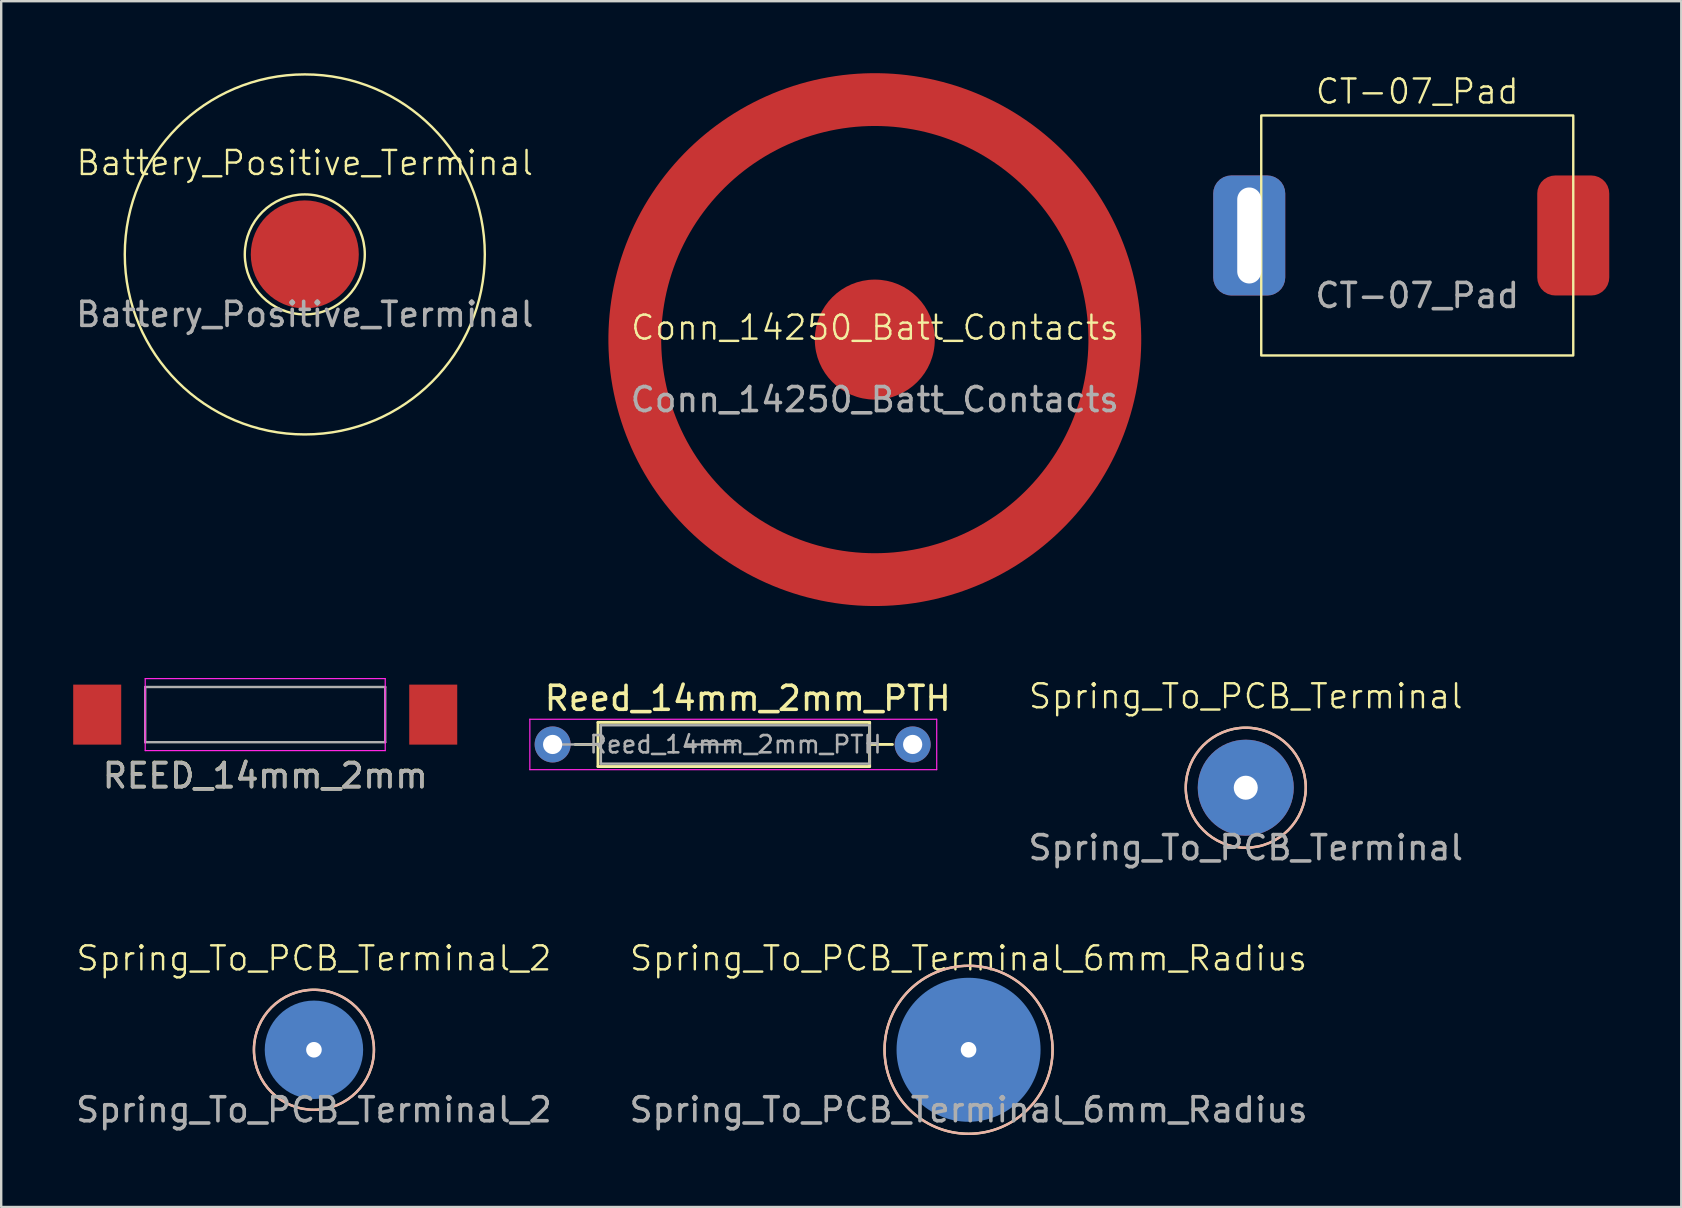
<source format=kicad_pcb>
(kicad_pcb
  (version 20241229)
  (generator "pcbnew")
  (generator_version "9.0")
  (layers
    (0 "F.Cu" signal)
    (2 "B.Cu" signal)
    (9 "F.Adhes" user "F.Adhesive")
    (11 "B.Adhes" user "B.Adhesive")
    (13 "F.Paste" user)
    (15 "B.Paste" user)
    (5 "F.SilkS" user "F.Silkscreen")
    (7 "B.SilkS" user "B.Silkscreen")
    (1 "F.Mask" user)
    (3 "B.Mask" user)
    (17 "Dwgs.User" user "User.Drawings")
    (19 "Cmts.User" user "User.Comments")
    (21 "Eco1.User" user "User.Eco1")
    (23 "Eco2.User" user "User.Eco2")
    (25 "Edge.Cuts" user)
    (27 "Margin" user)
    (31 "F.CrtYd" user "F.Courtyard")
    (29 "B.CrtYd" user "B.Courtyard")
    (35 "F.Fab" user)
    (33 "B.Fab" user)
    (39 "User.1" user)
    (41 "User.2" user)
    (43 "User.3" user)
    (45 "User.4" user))
  (footprint "Reed_14mm_2mm_PTH"
    (layer "F.Cu")
    (at 19.975 27.967)
    (property "Reference" "Reed_14mm_2mm_PTH" (at 8.128 -1.92 0) (layer "F.SilkS") (effects (font (size 1 1) (thickness 0.15))))
    (attr through_hole)
    (fp_line (start 0.94 0) (end 1.89 0) (stroke (width 0.12) (type solid)) (layer "F.SilkS"))
    (fp_line (start 1.89 -0.92) (end 1.89 0.92) (stroke (width 0.12) (type solid)) (layer "F.SilkS"))
    (fp_line (start 1.89 0.92) (end 13.208 0.92) (stroke (width 0.12) (type solid)) (layer "F.SilkS"))
    (fp_line (start 13.208 -0.92) (end 1.89 -0.92) (stroke (width 0.12) (type solid)) (layer "F.SilkS"))
    (fp_line (start 13.208 0.92) (end 13.208 -0.92) (stroke (width 0.12) (type solid)) (layer "F.SilkS"))
    (fp_line (start 14.158 0) (end 13.208 0) (stroke (width 0.12) (type solid)) (layer "F.SilkS"))
    (fp_line (start -0.95 -1.05) (end -0.95 1.05) (stroke (width 0.05) (type solid)) (layer "F.CrtYd"))
    (fp_line (start -0.95 1.05) (end 16.002 1.05) (stroke (width 0.05) (type solid)) (layer "F.CrtYd"))
    (fp_line (start 16.002 -1.05) (end -0.95 -1.05) (stroke (width 0.05) (type solid)) (layer "F.CrtYd"))
    (fp_line (start 16.002 1.05) (end 16.002 -1.05) (stroke (width 0.05) (type solid)) (layer "F.CrtYd"))
    (fp_line (start 0 0) (end 2.01 0) (stroke (width 0.1) (type solid)) (layer "F.Fab"))
    (fp_line (start 2.01 -0.8) (end 2.01 0.8) (stroke (width 0.1) (type solid)) (layer "F.Fab"))
    (fp_line (start 2.01 0.8) (end 13.208 0.8) (stroke (width 0.1) (type solid)) (layer "F.Fab"))
    (fp_line (start 7.62 0) (end 5.61 0) (stroke (width 0.1) (type solid)) (layer "F.Fab"))
    (fp_line (start 13.208 -0.8) (end 2.01 -0.8) (stroke (width 0.1) (type solid)) (layer "F.Fab"))
    (fp_line (start 13.208 0.8) (end 13.208 -0.8) (stroke (width 0.1) (type solid)) (layer "F.Fab"))
    (fp_text user "${REFERENCE}" (at 7.62 0 0) (layer "F.Fab") (effects (font (size 0.72 0.72) (thickness 0.108))))
    (pad "1" thru_hole circle (at 0 0) (size 1.5 1.5) (drill 0.8) (layers "*.Cu" "*.Mask"))
    (pad "2" thru_hole circle (at 15 0) (size 1.5 1.5) (drill 0.8) (layers "*.Cu" "*.Mask")))
  (footprint "Conn_14250_Batt_Contacts"
    (layer "F.Cu")
    (at 33.398 11.099)
    (property "Reference" "Conn_14250_Batt_Contacts" (at 0 -0.5 0) (unlocked yes) (layer "F.SilkS") (effects (font (size 1 1) (thickness 0.1))))
    (attr smd)
    (fp_text user "${REFERENCE}" (at 0 2.5 0) (unlocked yes) (layer "F.Fab") (effects (font (size 1 1) (thickness 0.15))))
    (pad "1" smd circle (at 0 0) (size 5 5) (layers "F.Cu" "F.Mask"))
    (pad "2" smd custom (at 10.033 0) (size 1.5 1.5) (layers "F.Cu" "F.Mask") (options (anchor circle)) (primitives (gr_poly (pts (arc (start -1.033 0) (mid -10.033 -9) (end -19.033 0)) (arc (start -21.033 0) (mid -10.033 -11) (end 0.967 0))) (width 0.2) (fill yes)) (gr_poly (pts (arc (start -19.033 0) (mid -10.033 9) (end -1.033 0)) (arc (start 0.967 0) (mid -10.033 11) (end -21.033 0))) (width 0.2) (fill yes)) (gr_poly (pts (xy -0.75 -0.375) (xy -0.734 -0.482) (xy -0.68 -0.593) (xy -0.593 -0.68) (xy -0.482 -0.734) (xy -0.375 -0.75) (xy 0.375 -0.75) (xy 0.482 -0.734) (xy 0.593 -0.68) (xy 0.68 -0.593) (xy 0.734 -0.482) (xy 0.75 -0.375) (xy 0.75 0.375) (xy 0.734 0.482) (xy 0.68 0.593) (xy 0.593 0.68) (xy 0.482 0.734) (xy 0.375 0.75) (xy -0.375 0.75) (xy -0.482 0.734) (xy -0.593 0.68) (xy -0.68 0.593) (xy -0.734 0.482) (xy -0.75 0.375)) (width 0) (fill yes)))))
  (footprint "Battery_Positive_Terminal"
    (layer "F.Cu")
    (at 9.649 7.55)
    (property "Reference" "Battery_Positive_Terminal" (at 0 -3.81 0) (unlocked yes) (layer "F.SilkS") (effects (font (size 1 1) (thickness 0.1))))
    (attr smd)
    (fp_circle (center 0 0) (end 0 7.5) (stroke (width 0.1) (type default)) (fill no) (layer "F.SilkS"))
    (fp_circle (center 0 0) (end 2.5 0) (stroke (width 0.1) (type default)) (fill no) (layer "F.SilkS"))
    (fp_text user "${REFERENCE}" (at 0 2.5 0) (unlocked yes) (layer "F.Fab") (effects (font (size 1 1) (thickness 0.15))))
    (pad "1" smd circle (at 0 0) (size 4.5 4.5) (layers "F.Cu" "F.Mask" "F.Paste")))
  (footprint "Spring_To_PCB_Terminal_6mm_Radius"
    (layer "F.Cu")
    (at 37.304 40.688)
    (property "Reference" "Spring_To_PCB_Terminal_6mm_Radius" (at 0 -3.81 0) (unlocked yes) (layer "F.SilkS") (effects (font (size 1 1) (thickness 0.1))))
    (attr smd)
    (fp_circle (center 0 0) (end 3.5 0) (stroke (width 0.1) (type default)) (fill no) (layer "F.SilkS"))
    (fp_circle (center 0 0) (end 3.5 0) (stroke (width 0.1) (type default)) (fill no) (layer "B.SilkS"))
    (fp_text user "${REFERENCE}" (at 0 2.5 0) (unlocked yes) (layer "F.Fab") (effects (font (size 1 1) (thickness 0.15))))
    (pad "1" thru_hole rect (at 0 0) (size 2 2) (drill 0.65) (layers "*.Cu" "*.Mask"))
    (pad "1" smd circle (at 0 0) (size 6 6) (layers "B.Cu" "B.Mask")))
  (footprint "REED_14mm_2mm"
    (layer "F.Cu")
    (at 8 26.724)
    (property "Reference" "REED_14mm_2mm" (at 0 2.54 0) (layer "F.SilkS") (effects (font (size 1 1) (thickness 0.15))))
    (attr smd)
    (fp_line (start -5 -1.5) (end -5 1.5) (stroke (width 0.05) (type solid)) (layer "F.CrtYd"))
    (fp_line (start -5 1.5) (end 5 1.5) (stroke (width 0.05) (type solid)) (layer "F.CrtYd"))
    (fp_line (start 5 -1.5) (end -5 -1.5) (stroke (width 0.05) (type solid)) (layer "F.CrtYd"))
    (fp_line (start 5 1.5) (end 5 -1.5) (stroke (width 0.05) (type solid)) (layer "F.CrtYd"))
    (fp_line (start -5 -1.15) (end 5 -1.15) (stroke (width 0.1) (type solid)) (layer "F.Fab"))
    (fp_line (start -5 1.15) (end -5 -1.15) (stroke (width 0.1) (type solid)) (layer "F.Fab"))
    (fp_line (start 5 -1.15) (end 5 1.15) (stroke (width 0.1) (type solid)) (layer "F.Fab"))
    (fp_line (start 5 1.15) (end -5 1.15) (stroke (width 0.1) (type solid)) (layer "F.Fab"))
    (fp_text user "${REFERENCE}" (at 0 2.55 0) (layer "F.Fab") (effects (font (size 1 1) (thickness 0.15))))
    (pad "1" smd rect (at -7 0) (size 2 2.5) (layers "F.Cu" "F.Mask" "F.Paste"))
    (pad "2" smd rect (at 7 0) (size 2 2.5) (layers "F.Cu" "F.Mask" "F.Paste")))
  (footprint "CT-07_Pad"
    (layer "F.Cu")
    (at 55.998 6.761)
    (property "Reference" "CT-07_Pad" (at 0 -6 0) (unlocked yes) (layer "F.SilkS") (effects (font (size 1 1) (thickness 0.1))))
    (attr through_hole)
    (fp_rect (start -6.5 5) (end 6.5 -5) (stroke (width 0.1) (type default)) (fill no) (layer "F.SilkS"))
    (fp_text user "${REFERENCE}" (at 0 2.5 0) (unlocked yes) (layer "F.Fab") (effects (font (size 1 1) (thickness 0.15))))
    (pad "1" thru_hole roundrect (at -7 0) (size 3 5) (drill oval 1 4) (layers "*.Cu" "*.Mask") (roundrect_rratio 0.25))
    (pad "1" smd roundrect (at 6.5 0) (size 3 5) (layers "F.Cu" "F.Mask" "F.Paste") (roundrect_rratio 0.25)))
  (footprint "Spring_To_PCB_Terminal_2"
    (layer "F.Cu")
    (at 10.03 40.688)
    (property "Reference" "Spring_To_PCB_Terminal_2" (at 0 -3.81 0) (unlocked yes) (layer "F.SilkS") (effects (font (size 1 1) (thickness 0.1))))
    (attr smd)
    (fp_circle (center 0 0) (end 2 0) (stroke (width 0.1) (type solid)) (fill yes) (layer "B.Cu"))
    (fp_circle (center 0 0) (end 2.5 0) (stroke (width 0.1) (type default)) (fill no) (layer "F.SilkS"))
    (fp_circle (center 0 0) (end 2.5 0) (stroke (width 0.1) (type default)) (fill no) (layer "B.SilkS"))
    (fp_text user "${REFERENCE}" (at 0 2.5 0) (unlocked yes) (layer "F.Fab") (effects (font (size 1 1) (thickness 0.15))))
    (pad "1" thru_hole rect (at 0 0) (size 1 1) (drill 0.65) (layers "*.Cu" "*.Mask")))
  (footprint "Spring_To_PCB_Terminal"
    (layer "F.Cu")
    (at 48.853 29.769)
    (property "Reference" "Spring_To_PCB_Terminal" (at 0 -3.81 0) (unlocked yes) (layer "F.SilkS") (effects (font (size 1 1) (thickness 0.1))))
    (attr smd)
    (fp_circle (center 0 0) (end 2.5 0) (stroke (width 0.1) (type default)) (fill no) (layer "F.SilkS"))
    (fp_circle (center 0 0) (end 2.5 0) (stroke (width 0.1) (type default)) (fill no) (layer "B.SilkS"))
    (fp_text user "${REFERENCE}" (at 0 2.5 0) (unlocked yes) (layer "F.Fab") (effects (font (size 1 1) (thickness 0.15))))
    (pad "1" thru_hole circle (at 0 0) (size 4 4) (drill 1) (layers "*.Cu" "*.Mask")))
  (gr_rect
    (start -3 -3)
    (end 66.998 47.238)
    (stroke (width 0.1) (type default))
    (fill no)
    (layer "Edge.Cuts")))
</source>
